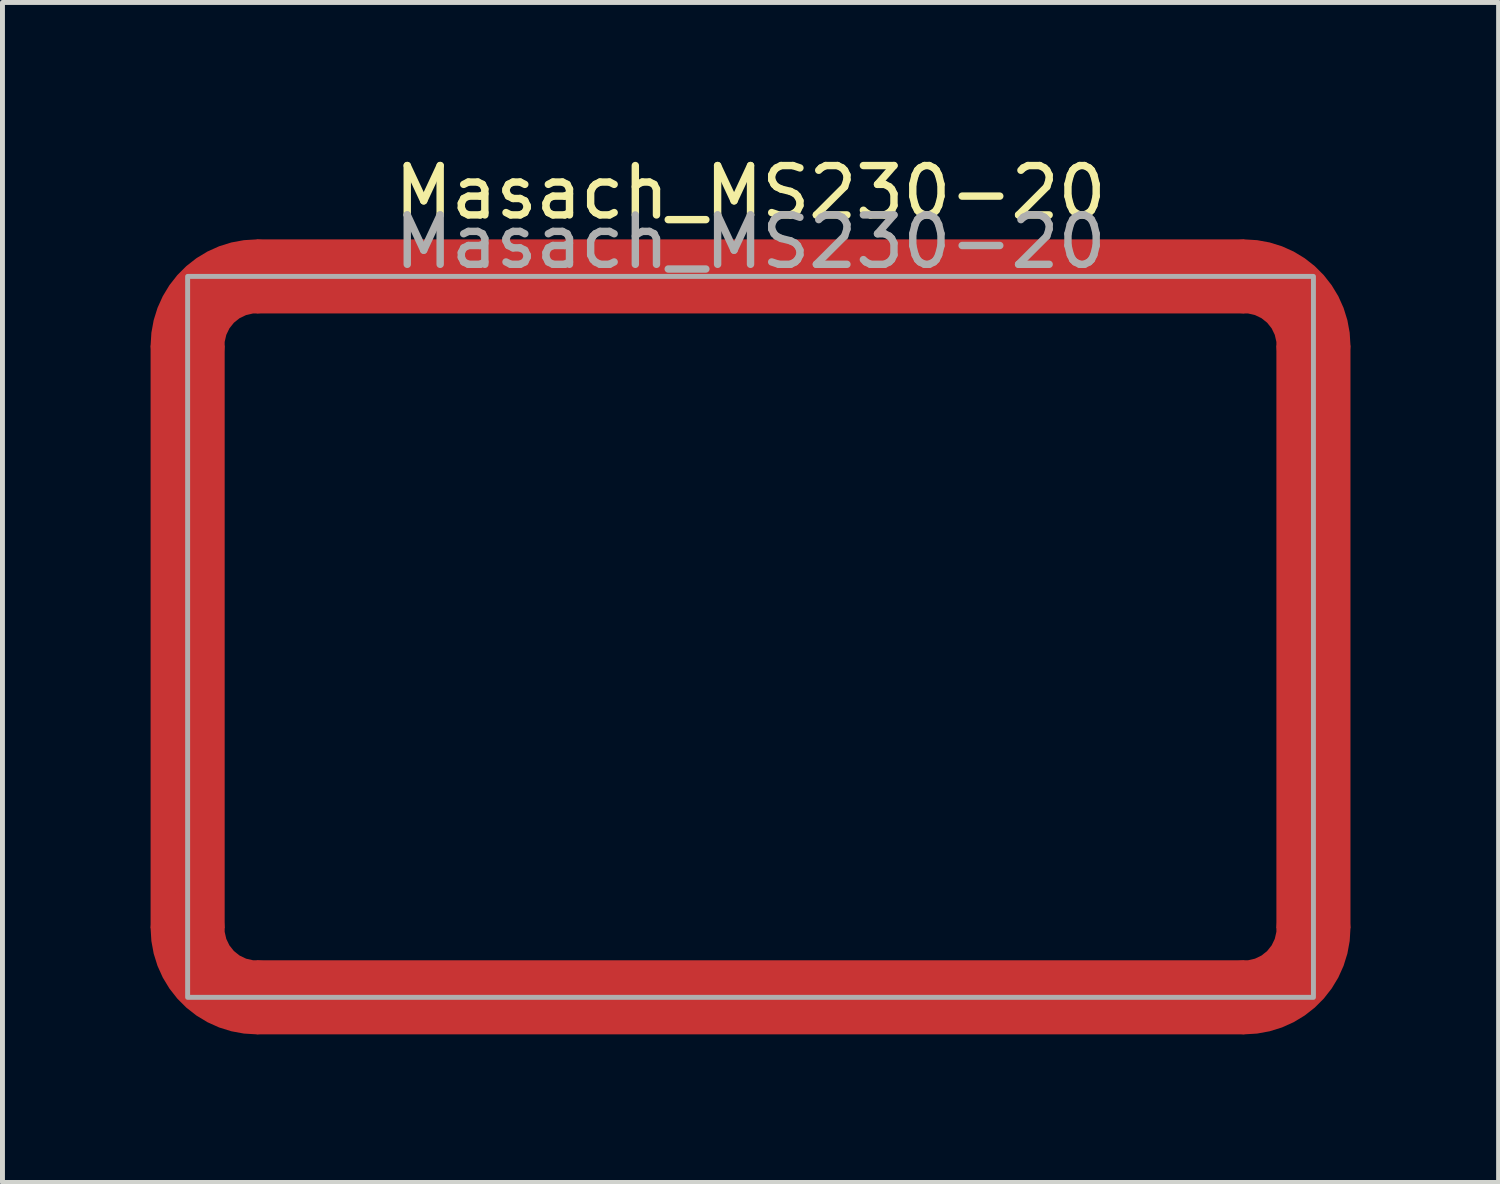
<source format=kicad_pcb>
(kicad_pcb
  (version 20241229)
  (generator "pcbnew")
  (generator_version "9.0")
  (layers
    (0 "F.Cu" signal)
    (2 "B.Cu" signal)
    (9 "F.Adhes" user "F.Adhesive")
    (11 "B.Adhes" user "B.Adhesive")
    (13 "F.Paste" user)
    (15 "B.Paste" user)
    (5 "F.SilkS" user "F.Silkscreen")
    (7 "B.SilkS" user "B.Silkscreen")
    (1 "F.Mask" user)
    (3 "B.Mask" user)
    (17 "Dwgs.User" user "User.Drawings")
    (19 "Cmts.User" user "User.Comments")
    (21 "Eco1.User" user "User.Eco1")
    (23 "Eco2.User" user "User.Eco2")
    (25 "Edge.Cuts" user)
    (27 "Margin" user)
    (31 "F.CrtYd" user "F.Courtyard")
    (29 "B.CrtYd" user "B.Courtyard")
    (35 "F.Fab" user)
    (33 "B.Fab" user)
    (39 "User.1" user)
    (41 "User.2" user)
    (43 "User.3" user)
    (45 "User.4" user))
  (footprint "Masach_MS230-20"
    (layer "F.Cu")
    (at 12.15 9.848)
    (property "Reference" "Masach_MS230-20" (at 0 -9 0) (unlocked yes) (layer "F.SilkS") (effects (font (size 1 1) (thickness 0.15))))
    (fp_rect (start -11.4 -7.3) (end 11.4 7.3) (stroke (width 0.1) (type solid)) (fill no) (layer "F.Fab"))
    (fp_text user "${REFERENCE}" (at 0 -8 0) (unlocked yes) (layer "F.Fab") (effects (font (size 1 1) (thickness 0.15))))
    (pad "1" smd custom (at -11.4 -7.3) (size 0.1 0.1) (layers "F.Cu" "F.Mask" "F.Paste") (options (anchor circle)) (primitives (gr_arc (start 0 1.4) (mid 0.410051 0.410051) (end 1.4 0) (width 1.5))))
    (pad "1" smd rect (at -11.4 0) (size 1.5 11.8) (layers "F.Cu" "F.Mask" "F.Paste"))
    (pad "1" smd custom (at -11.4 7.3 90) (size 0.1 0.1) (layers "F.Cu" "F.Mask" "F.Paste") (options (anchor circle)) (primitives (gr_arc (start 0 1.4) (mid 0.410051 0.410051) (end 1.4 0) (width 1.5))))
    (pad "1" smd rect (at 0 -7.3) (size 20 1.5) (layers "F.Cu" "F.Mask" "F.Paste"))
    (pad "1" smd rect (at 0 7.3) (size 20 1.5) (layers "F.Cu" "F.Mask" "F.Paste"))
    (pad "1" smd custom (at 11.4 -7.3 270) (size 0.1 0.1) (layers "F.Cu" "F.Mask" "F.Paste") (options (anchor circle)) (primitives (gr_arc (start 0 1.4) (mid 0.410051 0.410051) (end 1.4 0) (width 1.5))))
    (pad "1" smd rect (at 11.4 0) (size 1.5 11.8) (layers "F.Cu" "F.Mask" "F.Paste"))
    (pad "1" smd custom (at 11.4 7.3 180) (size 0.1 0.1) (layers "F.Cu" "F.Mask" "F.Paste") (options (anchor circle)) (primitives (gr_arc (start 0 1.4) (mid 0.410051 0.410051) (end 1.4 0) (width 1.5)))))
  (gr_rect
    (start -3 -3)
    (end 27.3 20.898)
    (stroke (width 0.1) (type default))
    (fill no)
    (layer "Edge.Cuts")))
</source>
